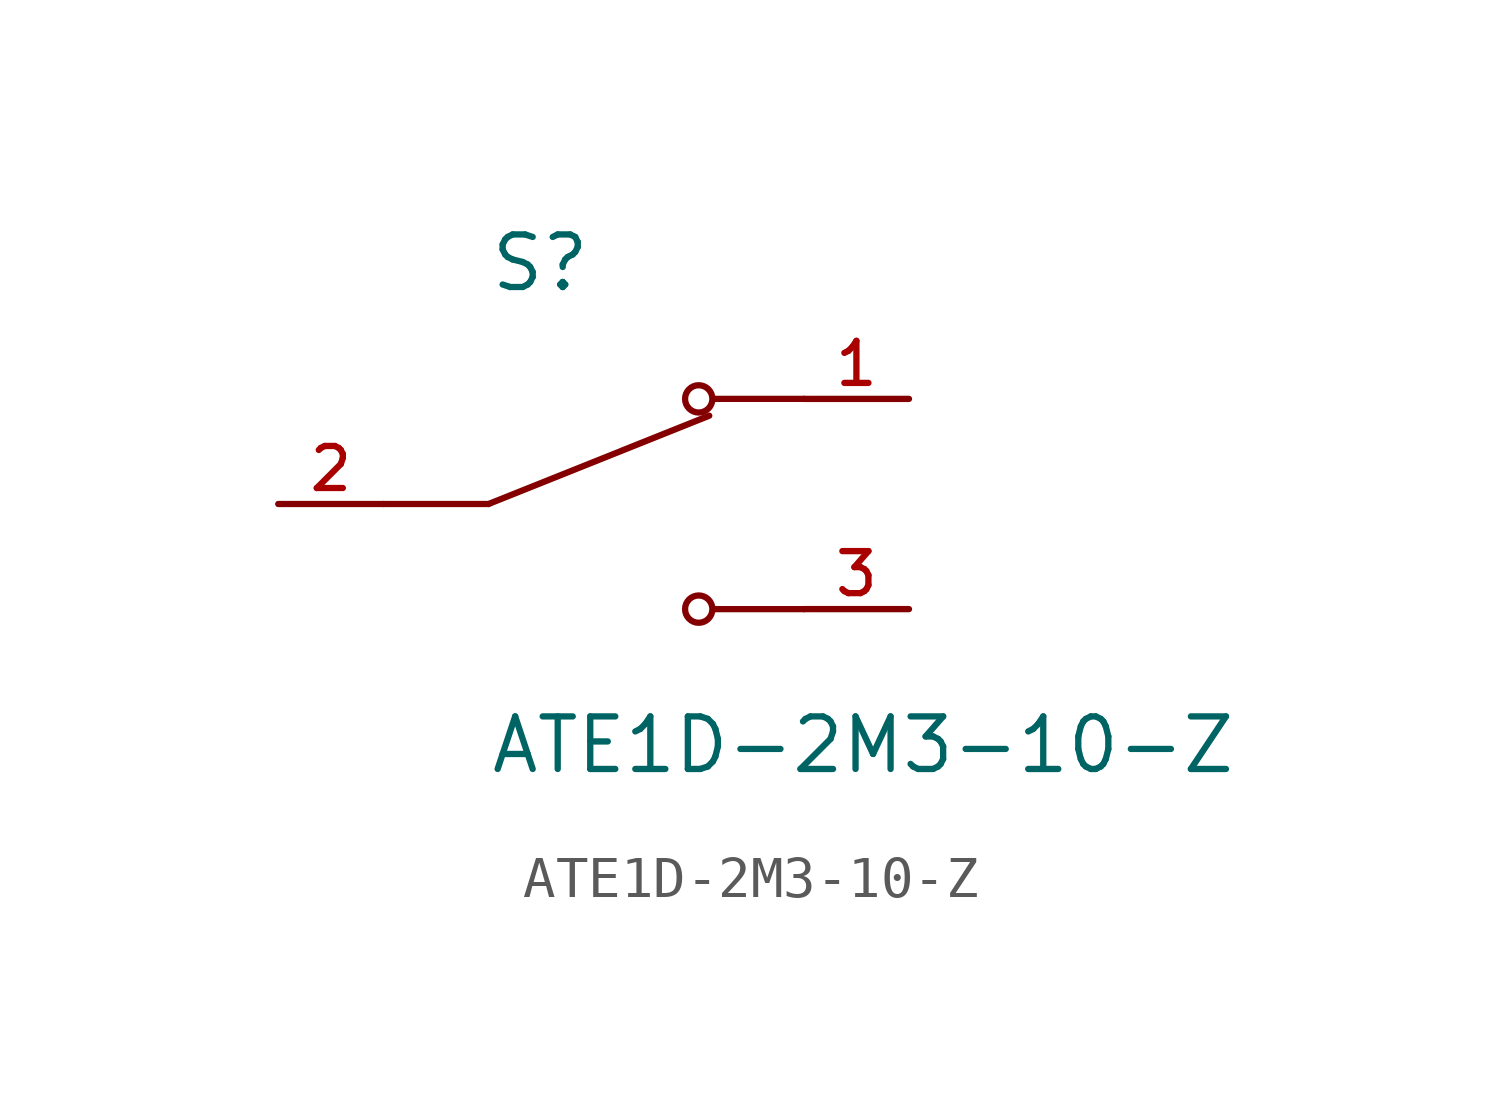
<source format=kicad_sym>
(kicad_symbol_lib
  (version 20211014)
  (generator kicad_symbol_editor)
  (symbol "ATE1D-2M3-10-Z"
    (pin_names
      (offset 1.016))
    (property "Reference" "S"
      (at -2.54 5.08 0)
      (effects (font (size 1.27 1.27)) (justify bottom left)))
    (property "Value" "ATE1D-2M3-10-Z"
      (at -2.54 -5.08 0)
      (effects (font (size 1.27 1.27)) (justify top left)))
    (symbol "ATE1D-2M3-10-Z_0_0"
      (polyline (pts (xy -2.54 0.0) (xy 2.794 2.134)) (stroke (width 0.152)))
      (circle (center 2.54 2.54) (radius 0.33) (stroke (width 0.152)) (fill (type none)))
      (circle (center 2.54 -2.54) (radius 0.33) (stroke (width 0.152)) (fill (type none)))
      (polyline (pts (xy 5.08 -2.54) (xy 2.921 -2.54)) (stroke (width 0.152)))
      (polyline (pts (xy 5.08 2.54) (xy 2.921 2.54)) (stroke (width 0.152)))
      (polyline (pts (xy -2.54 0.0) (xy -5.08 0.0)) (stroke (width 0.152)))
      (pin passive line (at 7.62 2.54 180.0) (length 2.54) (name "~" (effects (font (size 1.016 1.016)))) (number "1" (effects (font (size 1.016 1.016)))))
      (pin passive line (at -7.62 0.0 0) (length 2.54) (name "~" (effects (font (size 1.016 1.016)))) (number "2" (effects (font (size 1.016 1.016)))))
      (pin passive line (at 7.62 -2.54 180.0) (length 2.54) (name "~" (effects (font (size 1.016 1.016)))) (number "3" (effects (font (size 1.016 1.016))))))))
</source>
